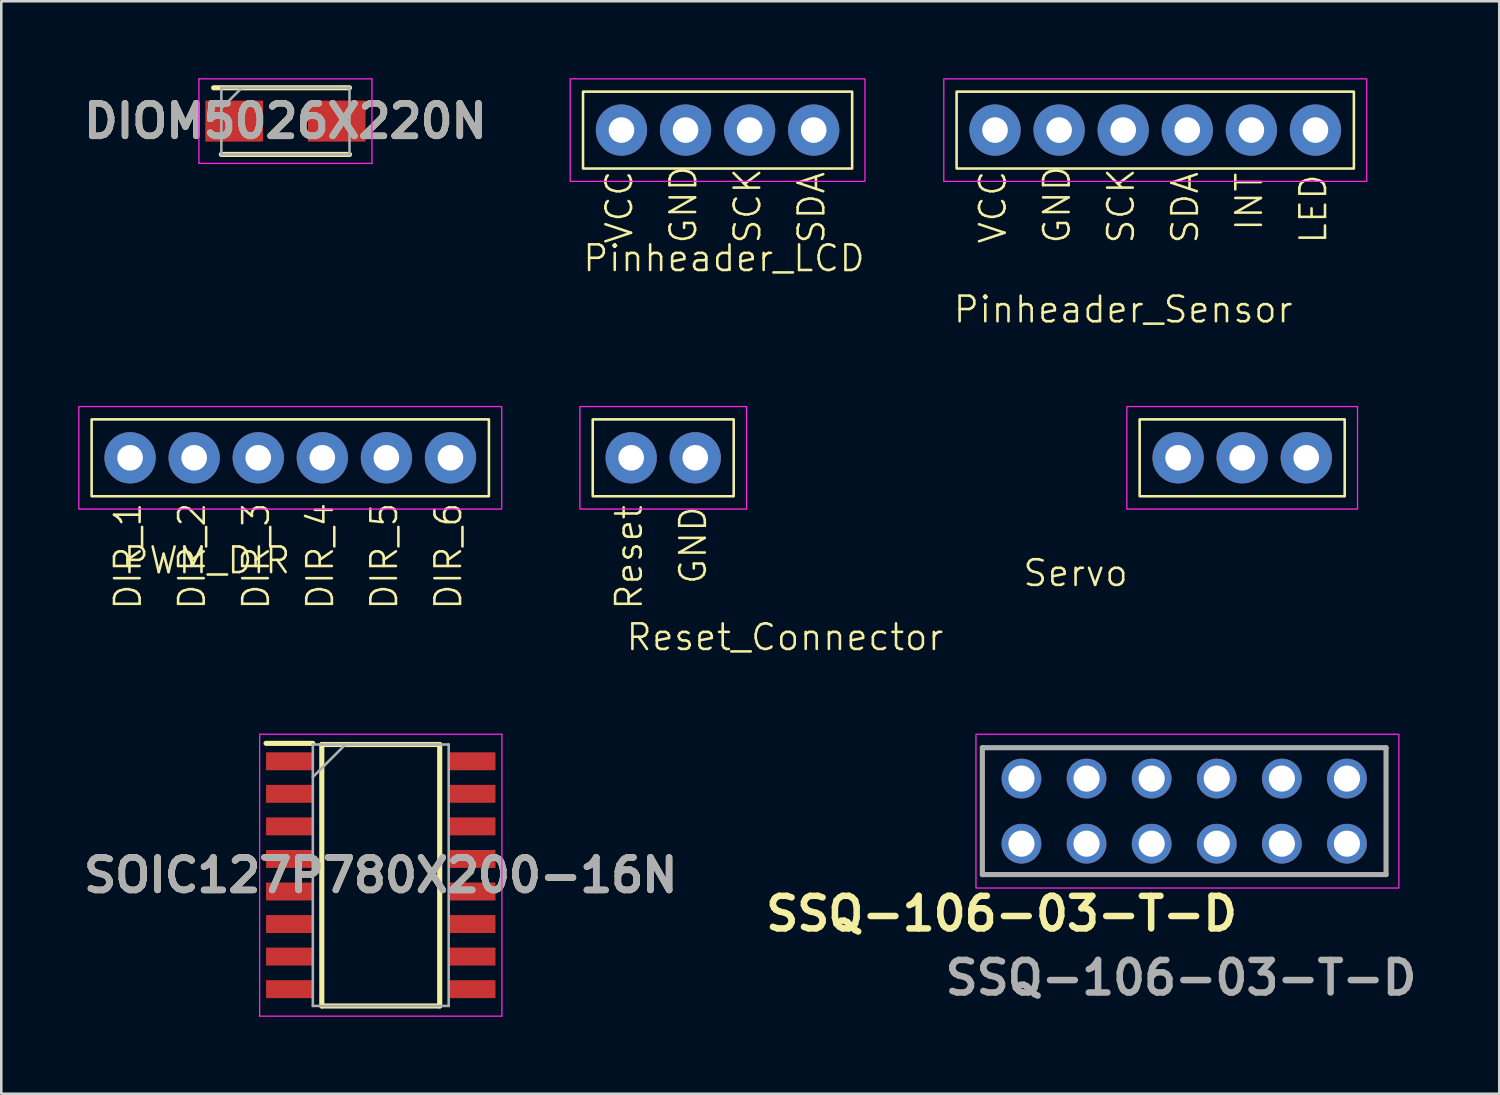
<source format=kicad_pcb>
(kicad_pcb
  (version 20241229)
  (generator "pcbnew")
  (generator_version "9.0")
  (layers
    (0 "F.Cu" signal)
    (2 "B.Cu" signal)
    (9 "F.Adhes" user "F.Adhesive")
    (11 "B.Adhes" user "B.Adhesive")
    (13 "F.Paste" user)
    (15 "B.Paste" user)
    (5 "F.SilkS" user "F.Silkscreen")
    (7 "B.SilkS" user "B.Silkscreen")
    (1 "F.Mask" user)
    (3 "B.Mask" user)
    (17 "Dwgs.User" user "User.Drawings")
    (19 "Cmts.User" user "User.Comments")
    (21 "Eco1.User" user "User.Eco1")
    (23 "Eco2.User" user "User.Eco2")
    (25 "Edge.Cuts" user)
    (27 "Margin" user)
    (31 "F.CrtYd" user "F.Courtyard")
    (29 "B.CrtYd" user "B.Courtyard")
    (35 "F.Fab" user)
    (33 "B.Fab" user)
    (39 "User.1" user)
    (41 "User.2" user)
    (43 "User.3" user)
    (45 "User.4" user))
  (footprint "SOIC127P780X200-16N"
    (layer "F.Cu")
    (at 11.805 31.096)
    (property "Reference" "SOIC127P780X200-16N" (at 0 0 0) (layer "F.SilkS") (effects (font (size 1.27 1.27) (thickness 0.254))))
    (attr smd)
    (fp_line (start -4.475 -5.145) (end -2.65 -5.145) (stroke (width 0.2) (type solid)) (layer "F.SilkS"))
    (fp_line (start -2.3 -5.1) (end 2.3 -5.1) (stroke (width 0.2) (type solid)) (layer "F.SilkS"))
    (fp_line (start -2.3 5.1) (end -2.3 -5.1) (stroke (width 0.2) (type solid)) (layer "F.SilkS"))
    (fp_line (start 2.3 -5.1) (end 2.3 5.1) (stroke (width 0.2) (type solid)) (layer "F.SilkS"))
    (fp_line (start 2.3 5.1) (end -2.3 5.1) (stroke (width 0.2) (type solid)) (layer "F.SilkS"))
    (fp_line (start -4.725 -5.5) (end 4.725 -5.5) (stroke (width 0.05) (type solid)) (layer "F.CrtYd"))
    (fp_line (start -4.725 5.5) (end -4.725 -5.5) (stroke (width 0.05) (type solid)) (layer "F.CrtYd"))
    (fp_line (start 4.725 -5.5) (end 4.725 5.5) (stroke (width 0.05) (type solid)) (layer "F.CrtYd"))
    (fp_line (start 4.725 5.5) (end -4.725 5.5) (stroke (width 0.05) (type solid)) (layer "F.CrtYd"))
    (fp_line (start -2.65 -5.1) (end 2.65 -5.1) (stroke (width 0.1) (type solid)) (layer "F.Fab"))
    (fp_line (start -2.65 -3.83) (end -1.38 -5.1) (stroke (width 0.1) (type solid)) (layer "F.Fab"))
    (fp_line (start -2.65 5.1) (end -2.65 -5.1) (stroke (width 0.1) (type solid)) (layer "F.Fab"))
    (fp_line (start 2.65 -5.1) (end 2.65 5.1) (stroke (width 0.1) (type solid)) (layer "F.Fab"))
    (fp_line (start 2.65 5.1) (end -2.65 5.1) (stroke (width 0.1) (type solid)) (layer "F.Fab"))
    (fp_text user "${REFERENCE}" (at 0 0 0) (layer "F.Fab") (effects (font (size 1.27 1.27) (thickness 0.254))))
    (pad "1" smd rect (at -3.562 -4.445 90) (size 0.7 1.825) (layers "F.Cu" "F.Mask" "F.Paste"))
    (pad "2" smd rect (at -3.562 -3.175 90) (size 0.7 1.825) (layers "F.Cu" "F.Mask" "F.Paste"))
    (pad "3" smd rect (at -3.562 -1.905 90) (size 0.7 1.825) (layers "F.Cu" "F.Mask" "F.Paste"))
    (pad "4" smd rect (at -3.562 -0.635 90) (size 0.7 1.825) (layers "F.Cu" "F.Mask" "F.Paste"))
    (pad "5" smd rect (at -3.562 0.635 90) (size 0.7 1.825) (layers "F.Cu" "F.Mask" "F.Paste"))
    (pad "6" smd rect (at -3.562 1.905 90) (size 0.7 1.825) (layers "F.Cu" "F.Mask" "F.Paste"))
    (pad "7" smd rect (at -3.562 3.175 90) (size 0.7 1.825) (layers "F.Cu" "F.Mask" "F.Paste"))
    (pad "8" smd rect (at -3.562 4.445 90) (size 0.7 1.825) (layers "F.Cu" "F.Mask" "F.Paste"))
    (pad "9" smd rect (at 3.562 4.445 90) (size 0.7 1.825) (layers "F.Cu" "F.Mask" "F.Paste"))
    (pad "10" smd rect (at 3.562 3.175 90) (size 0.7 1.825) (layers "F.Cu" "F.Mask" "F.Paste"))
    (pad "11" smd rect (at 3.562 1.905 90) (size 0.7 1.825) (layers "F.Cu" "F.Mask" "F.Paste"))
    (pad "12" smd rect (at 3.562 0.635 90) (size 0.7 1.825) (layers "F.Cu" "F.Mask" "F.Paste"))
    (pad "13" smd rect (at 3.562 -0.635 90) (size 0.7 1.825) (layers "F.Cu" "F.Mask" "F.Paste"))
    (pad "14" smd rect (at 3.562 -1.905 90) (size 0.7 1.825) (layers "F.Cu" "F.Mask" "F.Paste"))
    (pad "15" smd rect (at 3.562 -3.175 90) (size 0.7 1.825) (layers "F.Cu" "F.Mask" "F.Paste"))
    (pad "16" smd rect (at 3.562 -4.445 90) (size 0.7 1.825) (layers "F.Cu" "F.Mask" "F.Paste")))
  (footprint "DIOM5026X220N"
    (layer "F.Cu")
    (at 8.086 1.675)
    (property "Reference" "DIOM5026X220N" (at 0 0 0) (layer "F.SilkS") (effects (font (size 1.27 1.27) (thickness 0.254))))
    (attr smd)
    (fp_line (start -2.5 1.3) (end 2.5 1.3) (stroke (width 0.2) (type solid)) (layer "F.SilkS"))
    (fp_line (start 2.5 -1.3) (end -2.8 -1.3) (stroke (width 0.2) (type solid)) (layer "F.SilkS"))
    (fp_line (start -3.375 -1.65) (end 3.375 -1.65) (stroke (width 0.05) (type solid)) (layer "F.CrtYd"))
    (fp_line (start -3.375 1.65) (end -3.375 -1.65) (stroke (width 0.05) (type solid)) (layer "F.CrtYd"))
    (fp_line (start 3.375 -1.65) (end 3.375 1.65) (stroke (width 0.05) (type solid)) (layer "F.CrtYd"))
    (fp_line (start 3.375 1.65) (end -3.375 1.65) (stroke (width 0.05) (type solid)) (layer "F.CrtYd"))
    (fp_line (start -2.5 -1.3) (end 2.5 -1.3) (stroke (width 0.1) (type solid)) (layer "F.Fab"))
    (fp_line (start -2.5 -0.5) (end -1.7 -1.3) (stroke (width 0.1) (type solid)) (layer "F.Fab"))
    (fp_line (start -2.5 1.3) (end -2.5 -1.3) (stroke (width 0.1) (type solid)) (layer "F.Fab"))
    (fp_line (start 2.5 -1.3) (end 2.5 1.3) (stroke (width 0.1) (type solid)) (layer "F.Fab"))
    (fp_line (start 2.5 1.3) (end -2.5 1.3) (stroke (width 0.1) (type solid)) (layer "F.Fab"))
    (fp_text user "${REFERENCE}" (at 0 0 0) (layer "F.Fab") (effects (font (size 1.27 1.27) (thickness 0.254))))
    (pad "1" smd rect (at -2 0 90) (size 1.6 2.25) (layers "F.Cu" "F.Mask" "F.Paste"))
    (pad "2" smd rect (at 2 0 90) (size 1.6 2.25) (layers "F.Cu" "F.Mask" "F.Paste")))
  (footprint "Servo"
    (layer "F.Cu")
    (at 41.413 16.311)
    (property "Reference" "Servo" (at -2.5 3 0) (unlocked yes) (layer "F.SilkS") (effects (font (size 1 1) (thickness 0.1))))
    (attr through_hole)
    (fp_rect (start 0 -3) (end 8 0) (stroke (width 0.1) (type default)) (fill no) (layer "F.SilkS"))
    (fp_rect (start -0.5 -3.5) (end 8.5 0.5) (stroke (width 0.05) (type default)) (fill no) (layer "F.CrtYd"))
    (pad "1" thru_hole circle (at 1.5 -1.5) (size 2 2) (drill 1) (layers "*.Cu" "*.Mask"))
    (pad "2" thru_hole circle (at 4 -1.5) (size 2 2) (drill 1) (layers "*.Cu" "*.Mask"))
    (pad "3" thru_hole circle (at 6.5 -1.5) (size 2 2) (drill 1) (layers "*.Cu" "*.Mask")))
  (footprint "SSQ-106-03-T-D"
    (layer "F.Cu")
    (at 35.026 31.096)
    (property "Reference" "SSQ-106-03-T-D" (at 1 1.5 0) (layer "F.SilkS") (effects (font (size 1.27 1.27) (thickness 0.254))))
    (attr through_hole)
    (fp_line (start 0.25 -4.975) (end 16 -4.975) (stroke (width 0.1) (type solid)) (layer "F.SilkS"))
    (fp_line (start 0.25 -0.025) (end 0.25 -4.975) (stroke (width 0.1) (type solid)) (layer "F.SilkS"))
    (fp_line (start 16 -4.975) (end 16 -0.025) (stroke (width 0.1) (type solid)) (layer "F.SilkS"))
    (fp_line (start 16 -0.025) (end 0.25 -0.025) (stroke (width 0.1) (type solid)) (layer "F.SilkS"))
    (fp_rect (start 0 -5.5) (end 16.5 0.5) (stroke (width 0.05) (type default)) (fill no) (layer "F.CrtYd"))
    (fp_line (start 0.25 -4.975) (end 16 -4.975) (stroke (width 0.2) (type solid)) (layer "F.Fab"))
    (fp_line (start 0.25 -0.025) (end 0.25 -4.975) (stroke (width 0.2) (type solid)) (layer "F.Fab"))
    (fp_line (start 16 -4.975) (end 16 -0.025) (stroke (width 0.2) (type solid)) (layer "F.Fab"))
    (fp_line (start 16 -0.025) (end 0.25 -0.025) (stroke (width 0.2) (type solid)) (layer "F.Fab"))
    (fp_text user "${REFERENCE}" (at 8 4 0) (layer "F.Fab") (effects (font (size 1.27 1.27) (thickness 0.254))))
    (pad "1" thru_hole circle (at 14.475 -1.23) (size 1.55 1.55) (drill 1.02) (layers "*.Cu" "*.Mask"))
    (pad "2" thru_hole circle (at 14.475 -3.77) (size 1.55 1.55) (drill 1.02) (layers "*.Cu" "*.Mask"))
    (pad "3" thru_hole circle (at 11.935 -1.23) (size 1.55 1.55) (drill 1.02) (layers "*.Cu" "*.Mask"))
    (pad "4" thru_hole circle (at 11.935 -3.77) (size 1.55 1.55) (drill 1.02) (layers "*.Cu" "*.Mask"))
    (pad "5" thru_hole circle (at 9.395 -1.23) (size 1.55 1.55) (drill 1.02) (layers "*.Cu" "*.Mask"))
    (pad "6" thru_hole circle (at 9.395 -3.77) (size 1.55 1.55) (drill 1.02) (layers "*.Cu" "*.Mask"))
    (pad "7" thru_hole circle (at 6.855 -1.23) (size 1.55 1.55) (drill 1.02) (layers "*.Cu" "*.Mask"))
    (pad "8" thru_hole circle (at 6.855 -3.77) (size 1.55 1.55) (drill 1.02) (layers "*.Cu" "*.Mask"))
    (pad "9" thru_hole circle (at 4.315 -1.23) (size 1.55 1.55) (drill 1.02) (layers "*.Cu" "*.Mask"))
    (pad "10" thru_hole circle (at 4.315 -3.77) (size 1.55 1.55) (drill 1.02) (layers "*.Cu" "*.Mask"))
    (pad "11" thru_hole circle (at 1.775 -1.23) (size 1.55 1.55) (drill 1.02) (layers "*.Cu" "*.Mask"))
    (pad "12" thru_hole circle (at 1.775 -3.77) (size 1.55 1.55) (drill 1.02) (layers "*.Cu" "*.Mask")))
  (footprint "PWM_DIR"
    (layer "F.Cu")
    (at 0.525 16.311)
    (property "Reference" "PWM_DIR" (at 4.5 2.5 0) (unlocked yes) (layer "F.SilkS") (effects (font (size 1 1) (thickness 0.1))))
    (attr through_hole)
    (fp_rect (start 0 -3) (end 15.5 0) (stroke (width 0.1) (type default)) (fill no) (layer "F.SilkS"))
    (fp_rect (start -0.5 -3.5) (end 16 0.5) (stroke (width 0.05) (type default)) (fill no) (layer "F.CrtYd"))
    (fp_text user "DIR_4" (at 9.5 4.5 90) (unlocked yes) (layer "F.SilkS") (effects (font (size 1 1) (thickness 0.1)) (justify left bottom)))
    (fp_text user "DIR_2" (at 4.5 4.5 90) (unlocked yes) (layer "F.SilkS") (effects (font (size 1 1) (thickness 0.1)) (justify left bottom)))
    (fp_text user "DIR_3" (at 7 4.5 90) (unlocked yes) (layer "F.SilkS") (effects (font (size 1 1) (thickness 0.1)) (justify left bottom)))
    (fp_text user "DIR_5" (at 12 4.5 90) (unlocked yes) (layer "F.SilkS") (effects (font (size 1 1) (thickness 0.1)) (justify left bottom)))
    (fp_text user "DIR_1" (at 2 4.5 90) (unlocked yes) (layer "F.SilkS") (effects (font (size 1 1) (thickness 0.1)) (justify left bottom)))
    (fp_text user "DIR_6" (at 14.5 4.5 90) (unlocked yes) (layer "F.SilkS") (effects (font (size 1 1) (thickness 0.1)) (justify left bottom)))
    (pad "1" thru_hole circle (at 1.5 -1.5) (size 2 2) (drill 1) (layers "*.Cu" "*.Mask"))
    (pad "2" thru_hole circle (at 4 -1.5) (size 2 2) (drill 1) (layers "*.Cu" "*.Mask"))
    (pad "3" thru_hole circle (at 6.5 -1.5) (size 2 2) (drill 1) (layers "*.Cu" "*.Mask"))
    (pad "4" thru_hole circle (at 9 -1.5) (size 2 2) (drill 1) (layers "*.Cu" "*.Mask"))
    (pad "5" thru_hole circle (at 11.5 -1.5) (size 2 2) (drill 1) (layers "*.Cu" "*.Mask"))
    (pad "6" thru_hole circle (at 14 -1.5) (size 2 2) (drill 1) (layers "*.Cu" "*.Mask")))
  (footprint "Pinheader_LCD"
    (layer "F.Cu")
    (at 19.696 3.525)
    (property "Reference" "Pinheader_LCD" (at 5.5 3.5 0) (unlocked yes) (layer "F.SilkS") (effects (font (size 1 1) (thickness 0.1))))
    (attr through_hole)
    (fp_rect (start 0 -3) (end 10.5 0) (stroke (width 0.1) (type default)) (fill no) (layer "F.SilkS"))
    (fp_rect (start -0.5 -3.5) (end 11 0.5) (stroke (width 0.05) (type default)) (fill no) (layer "F.CrtYd"))
    (fp_text user "VCC" (at 2 3 90) (unlocked yes) (layer "F.SilkS") (effects (font (size 1 1) (thickness 0.1)) (justify left bottom)))
    (fp_text user "GND" (at 4.5 3 90) (unlocked yes) (layer "F.SilkS") (effects (font (size 1 1) (thickness 0.1)) (justify left bottom)))
    (fp_text user "SDA" (at 9.5 3 90) (unlocked yes) (layer "F.SilkS") (effects (font (size 1 1) (thickness 0.1)) (justify left bottom)))
    (fp_text user "SCK" (at 7 3 90) (unlocked yes) (layer "F.SilkS") (effects (font (size 1 1) (thickness 0.1)) (justify left bottom)))
    (pad "1" thru_hole circle (at 1.5 -1.5) (size 2 2) (drill 1) (layers "*.Cu" "*.Mask"))
    (pad "2" thru_hole circle (at 4 -1.5) (size 2 2) (drill 1) (layers "*.Cu" "*.Mask"))
    (pad "3" thru_hole circle (at 6.5 -1.5) (size 2 2) (drill 1) (layers "*.Cu" "*.Mask"))
    (pad "4" thru_hole circle (at 9 -1.5) (size 2 2) (drill 1) (layers "*.Cu" "*.Mask")))
  (footprint "Reset_Connector"
    (layer "F.Cu")
    (at 20.075 16.311)
    (property "Reference" "Reset_Connector" (at 7.5 5.5 0) (unlocked yes) (layer "F.SilkS") (effects (font (size 1 1) (thickness 0.1))))
    (attr through_hole)
    (fp_rect (start 0 -3) (end 5.5 0) (stroke (width 0.1) (type default)) (fill no) (layer "F.SilkS"))
    (fp_rect (start -0.5 -3.5) (end 6 0.5) (stroke (width 0.05) (type default)) (fill no) (layer "F.CrtYd"))
    (fp_text user "Reset" (at 2 4.5 90) (unlocked yes) (layer "F.SilkS") (effects (font (size 1 1) (thickness 0.1)) (justify left bottom)))
    (fp_text user "GND" (at 4.5 3.5 90) (unlocked yes) (layer "F.SilkS") (effects (font (size 1 1) (thickness 0.1)) (justify left bottom)))
    (pad "1" thru_hole circle (at 1.5 -1.5) (size 2 2) (drill 1) (layers "*.Cu" "*.Mask"))
    (pad "2" thru_hole circle (at 4 -1.5) (size 2 2) (drill 1) (layers "*.Cu" "*.Mask")))
  (footprint "Pinheader_Sensor"
    (layer "F.Cu")
    (at 34.271 3.525)
    (property "Reference" "Pinheader_Sensor" (at 6.5 5.5 0) (unlocked yes) (layer "F.SilkS") (effects (font (size 1 1) (thickness 0.1))))
    (attr through_hole)
    (fp_rect (start 0 -3) (end 15.5 0) (stroke (width 0.1) (type default)) (fill no) (layer "F.SilkS"))
    (fp_rect (start -0.5 -3.5) (end 16 0.5) (stroke (width 0.05) (type default)) (fill no) (layer "F.CrtYd"))
    (fp_text user "SDA" (at 9.5 3 90) (unlocked yes) (layer "F.SilkS") (effects (font (size 1 1) (thickness 0.1)) (justify left bottom)))
    (fp_text user "INT" (at 12 2.5 90) (unlocked yes) (layer "F.SilkS") (effects (font (size 1 1) (thickness 0.1)) (justify left bottom)))
    (fp_text user "SCK" (at 7 3 90) (unlocked yes) (layer "F.SilkS") (effects (font (size 1 1) (thickness 0.1)) (justify left bottom)))
    (fp_text user "LED" (at 14.5 3 90) (unlocked yes) (layer "F.SilkS") (effects (font (size 1 1) (thickness 0.1)) (justify left bottom)))
    (fp_text user "GND" (at 4.5 3 90) (unlocked yes) (layer "F.SilkS") (effects (font (size 1 1) (thickness 0.1)) (justify left bottom)))
    (fp_text user "VCC" (at 2 3 90) (unlocked yes) (layer "F.SilkS") (effects (font (size 1 1) (thickness 0.1)) (justify left bottom)))
    (pad "1" thru_hole circle (at 1.5 -1.5) (size 2 2) (drill 1) (layers "*.Cu" "*.Mask"))
    (pad "2" thru_hole circle (at 4 -1.5) (size 2 2) (drill 1) (layers "*.Cu" "*.Mask"))
    (pad "3" thru_hole circle (at 6.5 -1.5) (size 2 2) (drill 1) (layers "*.Cu" "*.Mask"))
    (pad "4" thru_hole circle (at 9 -1.5) (size 2 2) (drill 1) (layers "*.Cu" "*.Mask"))
    (pad "5" thru_hole circle (at 11.5 -1.5) (size 2 2) (drill 1) (layers "*.Cu" "*.Mask"))
    (pad "6" thru_hole circle (at 14 -1.5) (size 2 2) (drill 1) (layers "*.Cu" "*.Mask")))
  (gr_rect
    (start -3 -3)
    (end 55.442 39.621)
    (stroke (width 0.1) (type default))
    (fill no)
    (layer "Edge.Cuts")))
</source>
